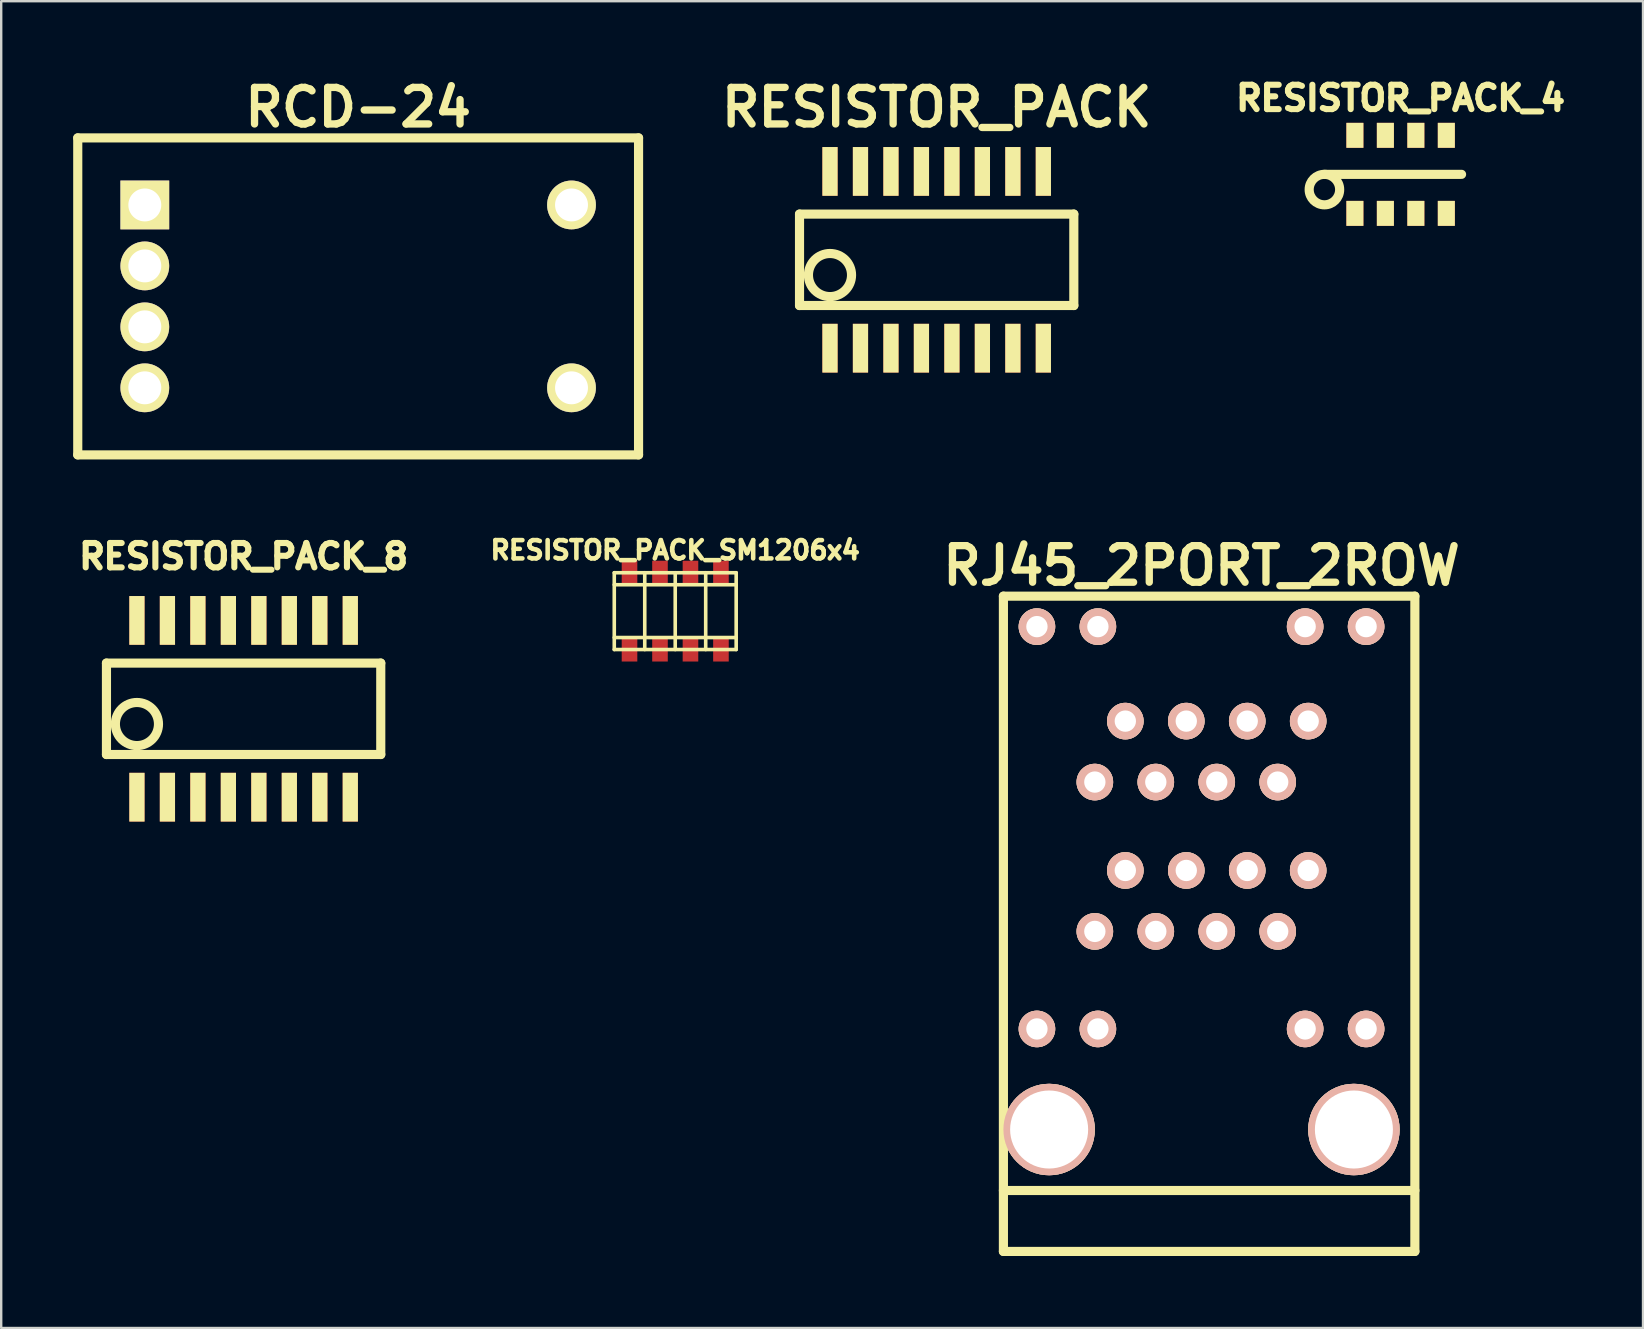
<source format=kicad_pcb>
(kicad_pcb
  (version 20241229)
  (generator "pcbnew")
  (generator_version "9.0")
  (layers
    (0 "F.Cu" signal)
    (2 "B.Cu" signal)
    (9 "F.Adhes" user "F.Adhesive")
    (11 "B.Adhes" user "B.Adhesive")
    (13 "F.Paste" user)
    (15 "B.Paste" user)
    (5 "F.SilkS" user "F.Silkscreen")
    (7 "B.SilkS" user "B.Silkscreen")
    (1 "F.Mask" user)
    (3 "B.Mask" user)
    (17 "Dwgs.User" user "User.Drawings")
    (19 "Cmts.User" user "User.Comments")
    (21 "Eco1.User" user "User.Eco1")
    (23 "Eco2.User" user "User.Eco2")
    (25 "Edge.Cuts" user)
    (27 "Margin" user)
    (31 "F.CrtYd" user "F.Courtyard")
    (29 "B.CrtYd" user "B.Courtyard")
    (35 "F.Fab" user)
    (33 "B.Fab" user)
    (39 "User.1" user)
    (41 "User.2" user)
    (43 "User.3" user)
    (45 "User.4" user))
  (footprint "RESISTOR_PACK_SM1206x4"
    (layer "F.Cu")
    (at 25.086 22.415)
    (property "Reference" "RESISTOR_PACK_SM1206x4" (at 0 -2.54 0) (layer "F.SilkS") (effects (font (size 0.762 0.762) (thickness 0.191))))
    (attr smd)
    (fp_line (start -2.54 -1.6) (end -2.54 1.6) (stroke (width 0.15) (type solid)) (layer "F.SilkS"))
    (fp_line (start -2.54 -1.6) (end 2.54 -1.6) (stroke (width 0.15) (type solid)) (layer "F.SilkS"))
    (fp_line (start -2.54 -1.1) (end 2.54 -1.1) (stroke (width 0.15) (type solid)) (layer "F.SilkS"))
    (fp_line (start -2.54 1.1) (end 2.54 1.1) (stroke (width 0.15) (type solid)) (layer "F.SilkS"))
    (fp_line (start -2.54 1.6) (end 2.54 1.6) (stroke (width 0.15) (type solid)) (layer "F.SilkS"))
    (fp_line (start -1.27 -1.6) (end -1.27 1.6) (stroke (width 0.15) (type solid)) (layer "F.SilkS"))
    (fp_line (start 0 -1.6) (end 0 1.6) (stroke (width 0.15) (type solid)) (layer "F.SilkS"))
    (fp_line (start 1.27 -1.6) (end 1.27 1.6) (stroke (width 0.15) (type solid)) (layer "F.SilkS"))
    (fp_line (start 2.54 1.6) (end 2.54 -1.6) (stroke (width 0.15) (type solid)) (layer "F.SilkS"))
    (pad "1" smd rect (at -1.905 -1.6) (size 0.65 1) (layers "F.Cu" "F.Mask" "F.Paste"))
    (pad "2" smd rect (at -1.905 1.6) (size 0.65 1) (layers "F.Cu" "F.Mask" "F.Paste"))
    (pad "3" smd rect (at -0.635 -1.6) (size 0.65 1) (layers "F.Cu" "F.Mask" "F.Paste"))
    (pad "4" smd rect (at -0.635 1.6) (size 0.65 1) (layers "F.Cu" "F.Mask" "F.Paste"))
    (pad "5" smd rect (at 0.635 -1.6) (size 0.65 1) (layers "F.Cu" "F.Mask" "F.Paste"))
    (pad "6" smd rect (at 0.635 1.6) (size 0.65 1) (layers "F.Cu" "F.Mask" "F.Paste"))
    (pad "7" smd rect (at 1.905 -1.6) (size 0.65 1) (layers "F.Cu" "F.Mask" "F.Paste"))
    (pad "8" smd rect (at 1.905 1.6) (size 0.65 1) (layers "F.Cu" "F.Mask" "F.Paste")))
  (footprint "RJ45_2PORT_2ROW"
    (layer "F.Cu")
    (at 47.016 44.016)
    (property "Reference" "RJ45_2PORT_2ROW" (at 0 -23.495 0) (layer "F.SilkS") (effects (font (size 1.524 1.524) (thickness 0.305))))
    (attr through_hole)
    (fp_line (start -8.255 -22.225) (end 8.89 -22.225) (stroke (width 0.381) (type solid)) (layer "F.SilkS"))
    (fp_line (start -8.255 5.08) (end -8.255 -22.225) (stroke (width 0.381) (type solid)) (layer "F.SilkS"))
    (fp_line (start 8.89 -22.225) (end 8.89 5.08) (stroke (width 0.381) (type solid)) (layer "F.SilkS"))
    (fp_line (start 8.89 2.54) (end -8.255 2.54) (stroke (width 0.381) (type solid)) (layer "F.SilkS"))
    (fp_line (start 8.89 5.08) (end -8.255 5.08) (stroke (width 0.381) (type solid)) (layer "F.SilkS"))
    (pad "" thru_hole circle (at -6.858 -20.955) (size 1.524 1.524) (drill 0.889) (layers "*.Cu" "*.SilkS" "*.Mask"))
    (pad "" thru_hole circle (at -6.858 -4.191) (size 1.524 1.524) (drill 0.889) (layers "*.Cu" "*.SilkS" "*.Mask"))
    (pad "" thru_hole circle (at -6.35 0) (size 3.81 3.81) (drill 3.251) (layers "*.Cu" "*.SilkS" "*.Mask"))
    (pad "" thru_hole circle (at -4.318 -20.955) (size 1.524 1.524) (drill 0.889) (layers "*.Cu" "*.SilkS" "*.Mask"))
    (pad "" thru_hole circle (at -4.318 -4.191) (size 1.524 1.524) (drill 0.889) (layers "*.Cu" "*.SilkS" "*.Mask"))
    (pad "" thru_hole circle (at 4.318 -20.955) (size 1.524 1.524) (drill 0.889) (layers "*.Cu" "*.SilkS" "*.Mask"))
    (pad "" thru_hole circle (at 4.318 -4.191) (size 1.524 1.524) (drill 0.889) (layers "*.Cu" "*.SilkS" "*.Mask"))
    (pad "" thru_hole circle (at 6.35 0) (size 3.81 3.81) (drill 3.251) (layers "*.Cu" "*.SilkS" "*.Mask"))
    (pad "" thru_hole circle (at 6.858 -20.955) (size 1.524 1.524) (drill 0.889) (layers "*.Cu" "*.SilkS" "*.Mask"))
    (pad "" thru_hole circle (at 6.858 -4.191) (size 1.524 1.524) (drill 0.889) (layers "*.Cu" "*.SilkS" "*.Mask"))
    (pad "1" thru_hole circle (at -4.445 -8.255) (size 1.524 1.524) (drill 0.889) (layers "*.Cu" "*.SilkS" "*.Mask"))
    (pad "2" thru_hole circle (at -3.175 -10.795) (size 1.524 1.524) (drill 0.889) (layers "*.Cu" "*.SilkS" "*.Mask"))
    (pad "3" thru_hole circle (at -1.905 -8.255) (size 1.524 1.524) (drill 0.889) (layers "*.Cu" "*.SilkS" "*.Mask"))
    (pad "4" thru_hole circle (at -0.635 -10.795) (size 1.524 1.524) (drill 0.889) (layers "*.Cu" "*.SilkS" "*.Mask"))
    (pad "5" thru_hole circle (at 0.635 -8.255) (size 1.524 1.524) (drill 0.889) (layers "*.Cu" "*.SilkS" "*.Mask"))
    (pad "6" thru_hole circle (at 1.905 -10.795) (size 1.524 1.524) (drill 0.889) (layers "*.Cu" "*.SilkS" "*.Mask"))
    (pad "7" thru_hole circle (at 3.175 -8.255) (size 1.524 1.524) (drill 0.889) (layers "*.Cu" "*.SilkS" "*.Mask"))
    (pad "8" thru_hole circle (at 4.445 -10.795) (size 1.524 1.524) (drill 0.889) (layers "*.Cu" "*.SilkS" "*.Mask"))
    (pad "9" thru_hole circle (at -4.445 -14.478) (size 1.524 1.524) (drill 0.889) (layers "*.Cu" "*.SilkS" "*.Mask"))
    (pad "10" thru_hole circle (at -3.175 -17.018) (size 1.524 1.524) (drill 0.889) (layers "*.Cu" "*.SilkS" "*.Mask"))
    (pad "11" thru_hole circle (at -1.905 -14.478) (size 1.524 1.524) (drill 0.889) (layers "*.Cu" "*.SilkS" "*.Mask"))
    (pad "12" thru_hole circle (at -0.635 -17.018) (size 1.524 1.524) (drill 0.889) (layers "*.Cu" "*.SilkS" "*.Mask"))
    (pad "13" thru_hole circle (at 0.635 -14.478) (size 1.524 1.524) (drill 0.889) (layers "*.Cu" "*.SilkS" "*.Mask"))
    (pad "14" thru_hole circle (at 1.905 -17.018) (size 1.524 1.524) (drill 0.889) (layers "*.Cu" "*.SilkS" "*.Mask"))
    (pad "15" thru_hole circle (at 3.175 -14.478) (size 1.524 1.524) (drill 0.889) (layers "*.Cu" "*.SilkS" "*.Mask"))
    (pad "16" thru_hole circle (at 4.445 -17.018) (size 1.524 1.524) (drill 0.889) (layers "*.Cu" "*.SilkS" "*.Mask")))
  (footprint "RESISTOR_PACK_4"
    (layer "F.Cu")
    (at 55.312 4.215)
    (property "Reference" "RESISTOR_PACK_4" (at 0 -3.175 0) (layer "F.SilkS") (effects (font (size 1.016 1.016) (thickness 0.254))))
    (attr through_hole)
    (fp_line (start -3.175 0) (end 2.54 0) (stroke (width 0.381) (type solid)) (layer "F.SilkS"))
    (fp_circle (center -3.175 0.635) (end -3.175 0) (stroke (width 0.381) (type solid)) (fill no) (layer "F.SilkS"))
    (pad "1" smd rect (at -1.905 1.626) (size 0.711 1.041) (layers "F.Cu" "F.Mask" "F.SilkS" "F.Paste"))
    (pad "2" smd rect (at -0.635 1.626) (size 0.711 1.041) (layers "F.Cu" "F.Mask" "F.SilkS" "F.Paste"))
    (pad "3" smd rect (at 0.635 1.626) (size 0.711 1.041) (layers "F.Cu" "F.Mask" "F.SilkS" "F.Paste"))
    (pad "4" smd rect (at 1.905 1.626) (size 0.711 1.041) (layers "F.Cu" "F.Mask" "F.SilkS" "F.Paste"))
    (pad "5" smd rect (at 1.905 -1.626) (size 0.711 1.041) (layers "F.Cu" "F.Mask" "F.SilkS" "F.Paste"))
    (pad "6" smd rect (at 0.635 -1.626) (size 0.711 1.041) (layers "F.Cu" "F.Mask" "F.SilkS" "F.Paste"))
    (pad "7" smd rect (at -0.635 -1.626) (size 0.711 1.041) (layers "F.Cu" "F.Mask" "F.SilkS" "F.Paste"))
    (pad "8" smd rect (at -1.905 -1.626) (size 0.711 1.041) (layers "F.Cu" "F.Mask" "F.SilkS" "F.Paste")))
  (footprint "RESISTOR_PACK_8"
    (layer "F.Cu")
    (at 7.101 26.485)
    (property "Reference" "RESISTOR_PACK_8" (at 0 -6.35 0) (layer "F.SilkS") (effects (font (size 1.016 1.016) (thickness 0.254))))
    (attr through_hole)
    (fp_line (start -5.715 -1.905) (end -5.715 1.905) (stroke (width 0.381) (type solid)) (layer "F.SilkS"))
    (fp_line (start -5.715 1.905) (end 5.715 1.905) (stroke (width 0.381) (type solid)) (layer "F.SilkS"))
    (fp_line (start 5.715 -1.905) (end -5.715 -1.905) (stroke (width 0.381) (type solid)) (layer "F.SilkS"))
    (fp_line (start 5.715 1.905) (end 5.715 -1.905) (stroke (width 0.381) (type solid)) (layer "F.SilkS"))
    (fp_circle (center -4.445 0.635) (end -5.08 1.27) (stroke (width 0.381) (type solid)) (fill no) (layer "F.SilkS"))
    (pad "1" smd rect (at -4.445 3.683) (size 0.635 2.032) (layers "F.Cu" "F.Mask" "F.SilkS" "F.Paste"))
    (pad "2" smd rect (at -3.175 3.683) (size 0.635 2.032) (layers "F.Cu" "F.Mask" "F.SilkS" "F.Paste"))
    (pad "3" smd rect (at -1.905 3.683) (size 0.635 2.032) (layers "F.Cu" "F.Mask" "F.SilkS" "F.Paste"))
    (pad "4" smd rect (at -0.635 3.683) (size 0.635 2.032) (layers "F.Cu" "F.Mask" "F.SilkS" "F.Paste"))
    (pad "5" smd rect (at 0.635 3.683) (size 0.635 2.032) (layers "F.Cu" "F.Mask" "F.SilkS" "F.Paste"))
    (pad "6" smd rect (at 1.905 3.683) (size 0.635 2.032) (layers "F.Cu" "F.Mask" "F.SilkS" "F.Paste"))
    (pad "7" smd rect (at 3.175 3.683) (size 0.635 2.032) (layers "F.Cu" "F.Mask" "F.SilkS" "F.Paste"))
    (pad "8" smd rect (at 4.445 3.683) (size 0.635 2.032) (layers "F.Cu" "F.Mask" "F.SilkS" "F.Paste"))
    (pad "9" smd rect (at 4.445 -3.683) (size 0.635 2.032) (layers "F.Cu" "F.Mask" "F.SilkS" "F.Paste"))
    (pad "10" smd rect (at 3.175 -3.683) (size 0.635 2.032) (layers "F.Cu" "F.Mask" "F.SilkS" "F.Paste"))
    (pad "11" smd rect (at 1.905 -3.683) (size 0.635 2.032) (layers "F.Cu" "F.Mask" "F.SilkS" "F.Paste"))
    (pad "12" smd rect (at 0.635 -3.683) (size 0.635 2.032) (layers "F.Cu" "F.Mask" "F.SilkS" "F.Paste"))
    (pad "13" smd rect (at -0.635 -3.683) (size 0.635 2.032) (layers "F.Cu" "F.Mask" "F.SilkS" "F.Paste"))
    (pad "14" smd rect (at -1.905 -3.683) (size 0.635 2.032) (layers "F.Cu" "F.Mask" "F.SilkS" "F.Paste"))
    (pad "15" smd rect (at -3.175 -3.683) (size 0.635 2.032) (layers "F.Cu" "F.Mask" "F.SilkS" "F.Paste"))
    (pad "16" smd rect (at -4.445 -3.683) (size 0.635 2.032) (layers "F.Cu" "F.Mask" "F.SilkS" "F.Paste")))
  (footprint "RCD-24"
    (layer "F.Cu")
    (at 11.874 9.3)
    (property "Reference" "RCD-24" (at 0 -7.874 0) (layer "F.SilkS") (effects (font (size 1.524 1.524) (thickness 0.305))))
    (attr through_hole)
    (fp_line (start -11.684 -6.604) (end -11.684 6.604) (stroke (width 0.381) (type solid)) (layer "F.SilkS"))
    (fp_line (start -11.684 6.604) (end 11.684 6.604) (stroke (width 0.381) (type solid)) (layer "F.SilkS"))
    (fp_line (start 11.684 -6.604) (end -11.684 -6.604) (stroke (width 0.381) (type solid)) (layer "F.SilkS"))
    (fp_line (start 11.684 6.604) (end 11.684 -6.604) (stroke (width 0.381) (type solid)) (layer "F.SilkS"))
    (pad "1" thru_hole rect (at -8.89 -3.81) (size 2.032 2.032) (drill 1.372) (layers "*.Cu" "*.Mask" "F.SilkS"))
    (pad "2" thru_hole circle (at -8.89 -1.27) (size 2.032 2.032) (drill 1.372) (layers "*.Cu" "*.Mask" "F.SilkS"))
    (pad "3" thru_hole circle (at -8.89 1.27) (size 2.032 2.032) (drill 1.372) (layers "*.Cu" "*.Mask" "F.SilkS"))
    (pad "4" thru_hole circle (at -8.89 3.81) (size 2.032 2.032) (drill 1.372) (layers "*.Cu" "*.Mask" "F.SilkS"))
    (pad "5" thru_hole circle (at 8.89 3.81) (size 2.032 2.032) (drill 1.372) (layers "*.Cu" "*.Mask" "F.SilkS"))
    (pad "6" thru_hole circle (at 8.89 -3.81) (size 2.032 2.032) (drill 1.372) (layers "*.Cu" "*.Mask" "F.SilkS")))
  (footprint "RESISTOR_PACK"
    (layer "F.Cu")
    (at 35.98 7.776)
    (property "Reference" "RESISTOR_PACK" (at 0 -6.35 0) (layer "F.SilkS") (effects (font (size 1.524 1.524) (thickness 0.305))))
    (attr through_hole)
    (fp_line (start -5.715 -1.905) (end -5.715 1.905) (stroke (width 0.381) (type solid)) (layer "F.SilkS"))
    (fp_line (start -5.715 1.905) (end 5.715 1.905) (stroke (width 0.381) (type solid)) (layer "F.SilkS"))
    (fp_line (start 5.715 -1.905) (end -5.715 -1.905) (stroke (width 0.381) (type solid)) (layer "F.SilkS"))
    (fp_line (start 5.715 1.905) (end 5.715 -1.905) (stroke (width 0.381) (type solid)) (layer "F.SilkS"))
    (fp_circle (center -4.445 0.635) (end -5.08 1.27) (stroke (width 0.381) (type solid)) (fill no) (layer "F.SilkS"))
    (pad "1" smd rect (at -4.445 3.683) (size 0.635 2.032) (layers "F.Cu" "F.Mask" "F.SilkS" "F.Paste"))
    (pad "2" smd rect (at -3.175 3.683) (size 0.635 2.032) (layers "F.Cu" "F.Mask" "F.SilkS" "F.Paste"))
    (pad "3" smd rect (at -1.905 3.683) (size 0.635 2.032) (layers "F.Cu" "F.Mask" "F.SilkS" "F.Paste"))
    (pad "4" smd rect (at -0.635 3.683) (size 0.635 2.032) (layers "F.Cu" "F.Mask" "F.SilkS" "F.Paste"))
    (pad "5" smd rect (at 0.635 3.683) (size 0.635 2.032) (layers "F.Cu" "F.Mask" "F.SilkS" "F.Paste"))
    (pad "6" smd rect (at 1.905 3.683) (size 0.635 2.032) (layers "F.Cu" "F.Mask" "F.SilkS" "F.Paste"))
    (pad "7" smd rect (at 3.175 3.683) (size 0.635 2.032) (layers "F.Cu" "F.Mask" "F.SilkS" "F.Paste"))
    (pad "8" smd rect (at 4.445 3.683) (size 0.635 2.032) (layers "F.Cu" "F.Mask" "F.SilkS" "F.Paste"))
    (pad "9" smd rect (at 4.445 -3.683) (size 0.635 2.032) (layers "F.Cu" "F.Mask" "F.SilkS" "F.Paste"))
    (pad "10" smd rect (at 3.175 -3.683) (size 0.635 2.032) (layers "F.Cu" "F.Mask" "F.SilkS" "F.Paste"))
    (pad "11" smd rect (at 1.905 -3.683) (size 0.635 2.032) (layers "F.Cu" "F.Mask" "F.SilkS" "F.Paste"))
    (pad "12" smd rect (at 0.635 -3.683) (size 0.635 2.032) (layers "F.Cu" "F.Mask" "F.SilkS" "F.Paste"))
    (pad "13" smd rect (at -0.635 -3.683) (size 0.635 2.032) (layers "F.Cu" "F.Mask" "F.SilkS" "F.Paste"))
    (pad "14" smd rect (at -1.905 -3.683) (size 0.635 2.032) (layers "F.Cu" "F.Mask" "F.SilkS" "F.Paste"))
    (pad "15" smd rect (at -3.175 -3.683) (size 0.635 2.032) (layers "F.Cu" "F.Mask" "F.SilkS" "F.Paste"))
    (pad "16" smd rect (at -4.445 -3.683) (size 0.635 2.032) (layers "F.Cu" "F.Mask" "F.SilkS" "F.Paste")))
  (gr_rect
    (start -3 -3)
    (end 65.413 52.287)
    (stroke (width 0.1) (type default))
    (fill no)
    (layer "Edge.Cuts")))
</source>
